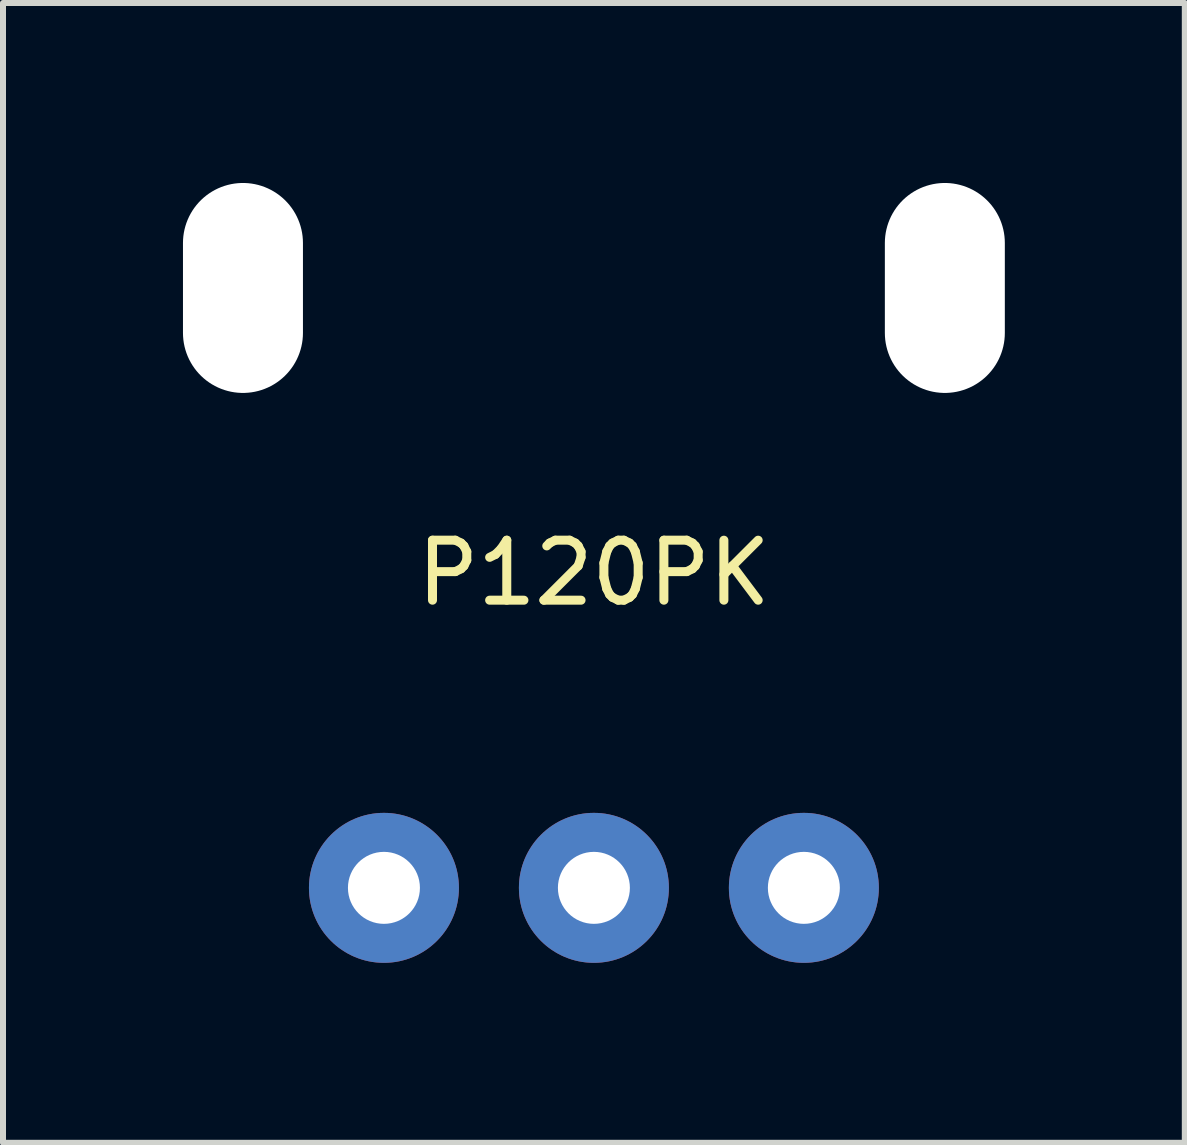
<source format=kicad_pcb>
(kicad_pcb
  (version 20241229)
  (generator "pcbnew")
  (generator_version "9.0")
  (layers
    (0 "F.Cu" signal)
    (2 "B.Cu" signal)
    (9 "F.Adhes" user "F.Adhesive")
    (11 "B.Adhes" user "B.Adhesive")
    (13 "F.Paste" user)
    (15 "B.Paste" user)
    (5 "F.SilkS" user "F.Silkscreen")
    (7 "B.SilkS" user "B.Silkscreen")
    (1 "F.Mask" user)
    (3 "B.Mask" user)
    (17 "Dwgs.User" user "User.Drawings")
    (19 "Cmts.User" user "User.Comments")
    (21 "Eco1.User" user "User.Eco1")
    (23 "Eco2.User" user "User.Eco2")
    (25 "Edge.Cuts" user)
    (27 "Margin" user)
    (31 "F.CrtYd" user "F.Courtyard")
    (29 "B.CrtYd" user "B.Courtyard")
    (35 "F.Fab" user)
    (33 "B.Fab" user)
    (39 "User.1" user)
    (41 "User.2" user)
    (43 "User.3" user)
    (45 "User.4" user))
  (footprint "P120PK"
    (layer "F.Cu")
    (at 6.85 1.75)
    (property "Reference" "P120PK" (at 0 4.75 0) (layer "F.SilkS") (effects (font (size 1 1) (thickness 0.15))))
    (attr through_hole)
    (pad "" np_thru_hole oval (at -5.85 0) (size 2 3.5) (drill oval 2 3.5) (layers "*.Cu" "*.Mask"))
    (pad "" np_thru_hole oval (at 5.85 0) (size 2 3.5) (drill oval 2 3.5) (layers "*.Cu" "*.Mask"))
    (pad "1" thru_hole circle (at -3.5 10) (size 2.5 2.5) (drill 1.2) (layers "*.Cu" "*.Mask"))
    (pad "2" thru_hole circle (at 0 10) (size 2.5 2.5) (drill 1.2) (layers "*.Cu" "*.Mask"))
    (pad "3" thru_hole circle (at 3.5 10) (size 2.5 2.5) (drill 1.2) (layers "*.Cu" "*.Mask")))
  (gr_rect
    (start -3 -3)
    (end 16.7 16)
    (stroke (width 0.1) (type default))
    (fill no)
    (layer "Edge.Cuts")))
</source>
